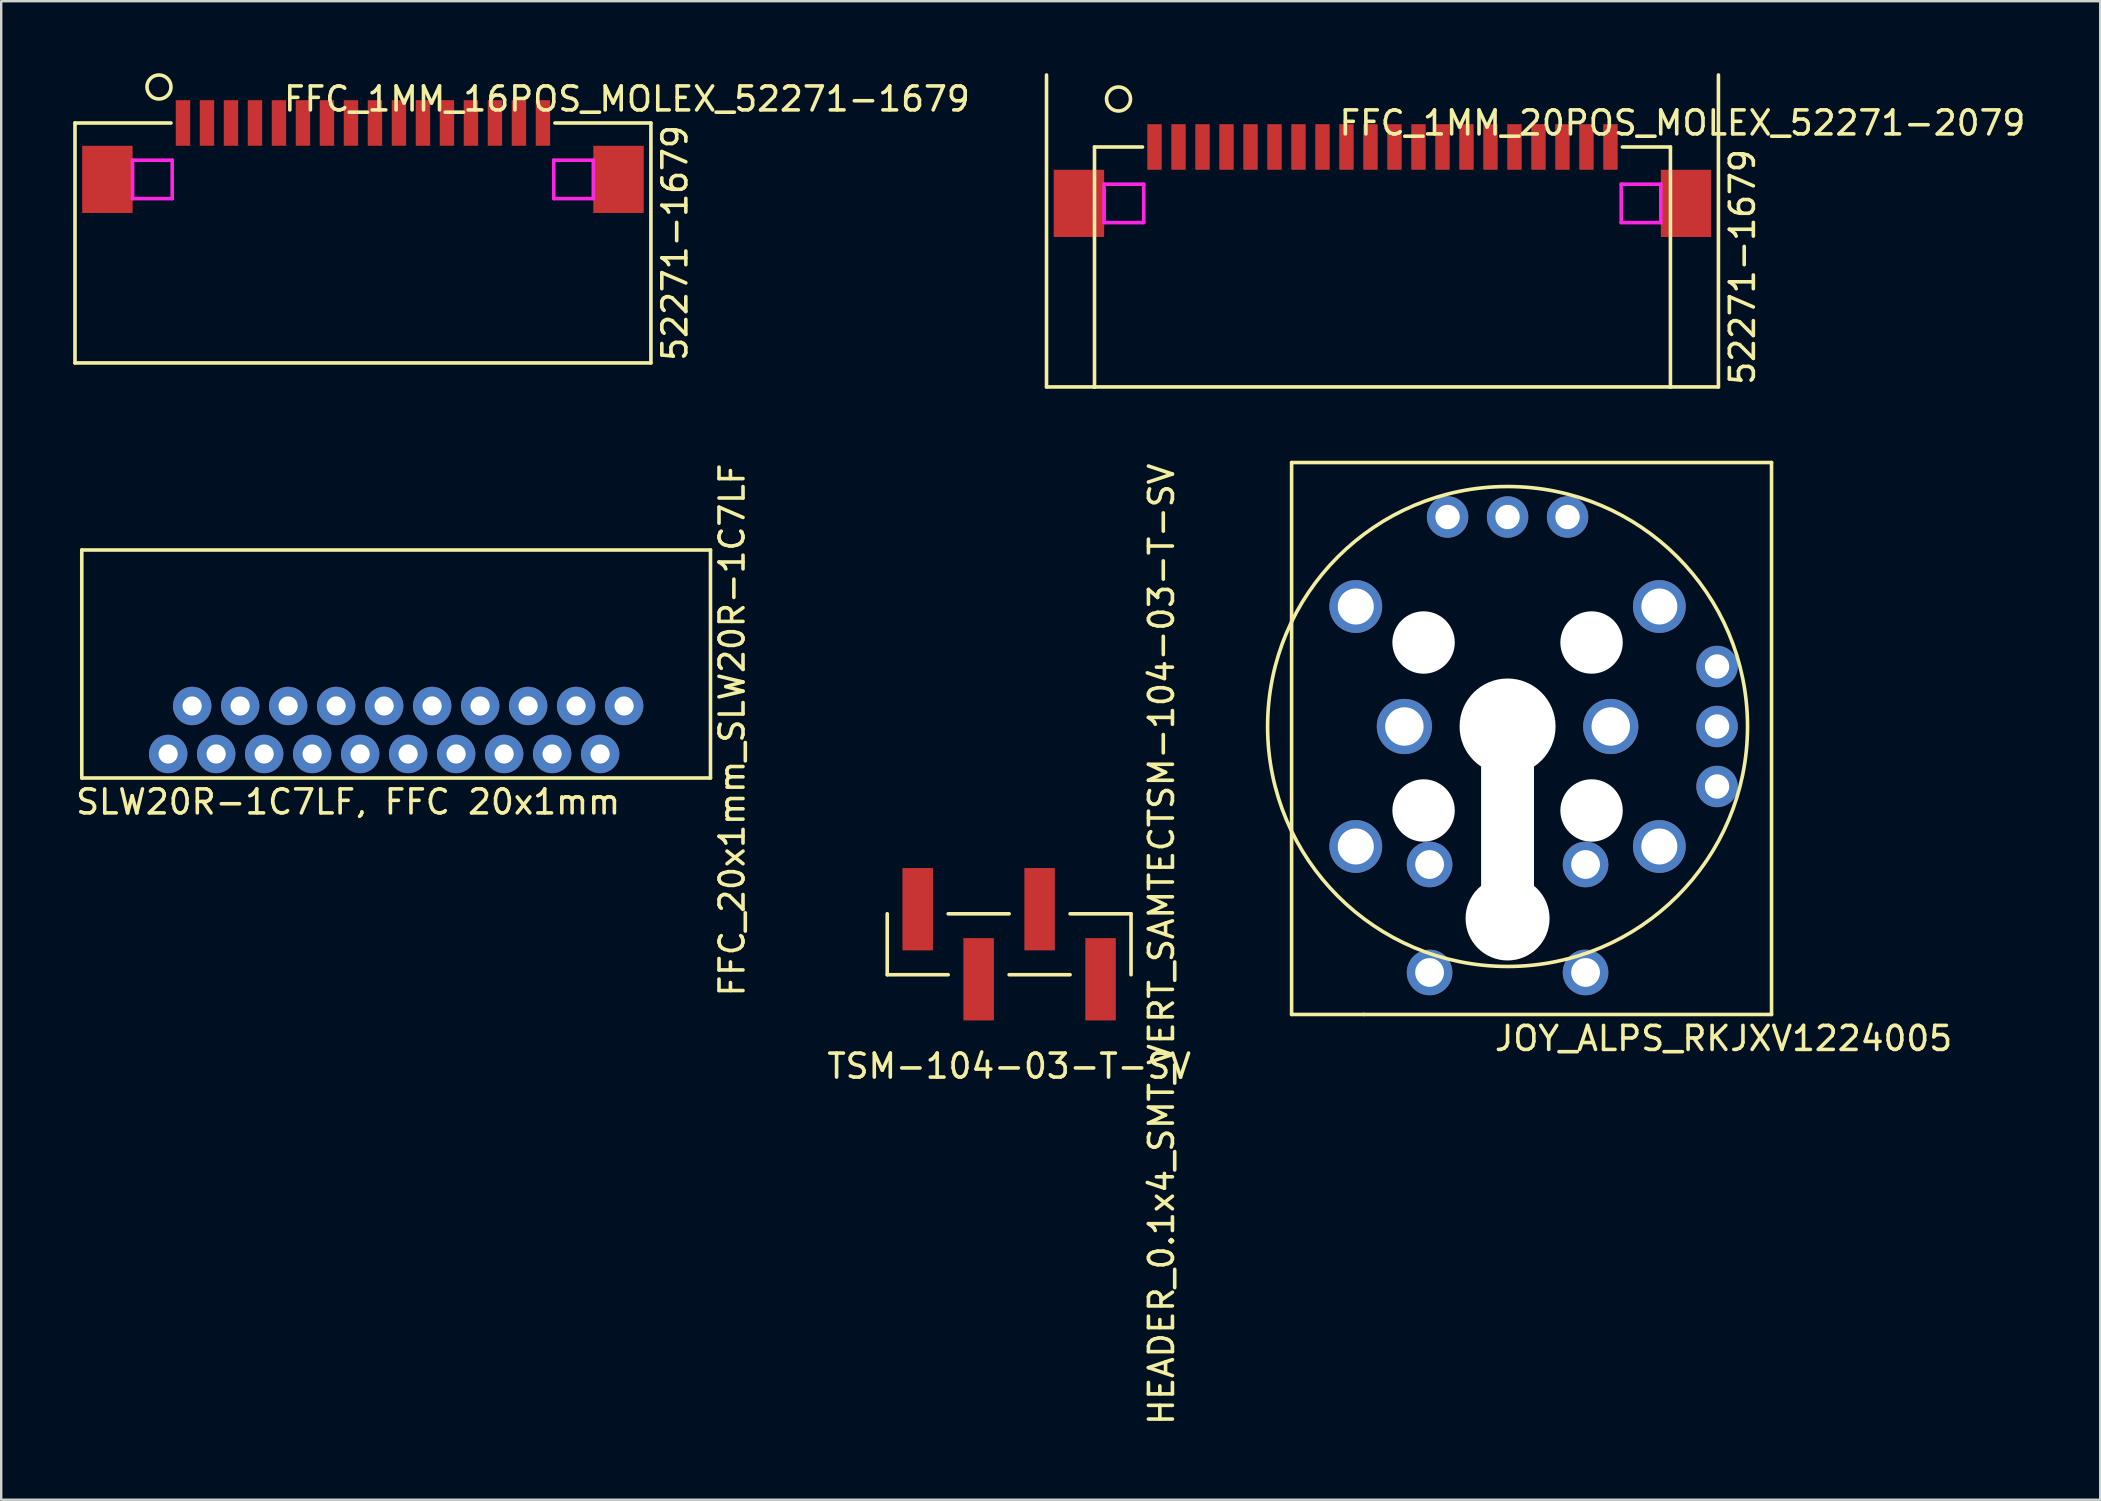
<source format=kicad_pcb>
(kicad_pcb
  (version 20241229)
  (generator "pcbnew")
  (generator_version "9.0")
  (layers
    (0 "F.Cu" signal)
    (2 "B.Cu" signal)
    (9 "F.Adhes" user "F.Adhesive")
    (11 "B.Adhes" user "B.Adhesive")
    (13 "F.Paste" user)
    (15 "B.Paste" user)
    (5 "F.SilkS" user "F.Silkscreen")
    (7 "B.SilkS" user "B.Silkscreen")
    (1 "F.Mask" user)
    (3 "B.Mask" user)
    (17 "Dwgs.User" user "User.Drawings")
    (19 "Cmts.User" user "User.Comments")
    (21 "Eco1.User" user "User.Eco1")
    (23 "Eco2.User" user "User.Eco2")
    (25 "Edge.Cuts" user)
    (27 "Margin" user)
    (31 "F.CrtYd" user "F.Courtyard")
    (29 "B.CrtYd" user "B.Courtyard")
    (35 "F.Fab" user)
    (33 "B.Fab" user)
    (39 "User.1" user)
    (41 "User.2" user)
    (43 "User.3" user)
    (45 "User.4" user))
  (footprint "JOY_ALPS_RKJXV1224005"
    (layer "F.Cu")
    (at 59.774 27.225)
    (property "Reference" "JOY_ALPS_RKJXV1224005" (at 9 13 0) (layer "F.SilkS") (effects (font (size 1 1) (thickness 0.15))))
    (attr through_hole)
    (fp_line (start -9 -11) (end -9 12) (stroke (width 0.15) (type solid)) (layer "F.SilkS"))
    (fp_line (start -9 12) (end -6 12) (stroke (width 0.15) (type solid)) (layer "F.SilkS"))
    (fp_line (start -6 12) (end 11 12) (stroke (width 0.15) (type solid)) (layer "F.SilkS"))
    (fp_line (start 11 -11) (end -9 -11) (stroke (width 0.15) (type solid)) (layer "F.SilkS"))
    (fp_line (start 11 12) (end 11 -11) (stroke (width 0.15) (type solid)) (layer "F.SilkS"))
    (fp_circle (center 0 0) (end 10 0) (stroke (width 0.15) (type solid)) (fill no) (layer "F.SilkS"))
    (pad "" thru_hole circle (at -6.325 -5) (size 2.2 2.2) (drill 1.5) (layers "*.Cu" "*.Mask"))
    (pad "" thru_hole circle (at -6.325 5) (size 2.2 2.2) (drill 1.5) (layers "*.Cu" "*.Mask"))
    (pad "" thru_hole circle (at -4.3 0) (size 2.3 2.3) (drill 1.6) (layers "*.Cu" "*.Mask"))
    (pad "" np_thru_hole circle (at -3.5 -3.5) (size 2.6 2.6) (drill 2.6) (layers "*.Cu" "*.Mask"))
    (pad "" np_thru_hole circle (at -3.5 3.5) (size 2.6 2.6) (drill 2.6) (layers "*.Cu" "*.Mask"))
    (pad "" np_thru_hole circle (at 0 0) (size 4 4) (drill 4) (layers "*.Cu" "*.Mask"))
    (pad "" np_thru_hole rect (at 0 4) (size 2.2 8) (drill oval 2.2 8) (layers "*.Cu" "*.Mask"))
    (pad "" np_thru_hole circle (at 0 8) (size 3.5 3.5) (drill 3.5) (layers "*.Cu" "*.Mask"))
    (pad "" np_thru_hole circle (at 3.5 -3.5) (size 2.6 2.6) (drill 2.6) (layers "*.Cu" "*.Mask"))
    (pad "" np_thru_hole circle (at 3.5 3.5) (size 2.6 2.6) (drill 2.6) (layers "*.Cu" "*.Mask"))
    (pad "" thru_hole circle (at 4.3 0) (size 2.3 2.3) (drill 1.6) (layers "*.Cu" "*.Mask"))
    (pad "" thru_hole circle (at 6.325 -5) (size 2.2 2.2) (drill 1.5) (layers "*.Cu" "*.Mask"))
    (pad "" thru_hole circle (at 6.325 5) (size 2.2 2.2) (drill 1.5) (layers "*.Cu" "*.Mask"))
    (pad "A" thru_hole circle (at -3.25 5.75) (size 1.9 1.9) (drill 1.2) (layers "*.Cu" "*.Mask"))
    (pad "B" thru_hole circle (at -3.25 10.25) (size 1.9 1.9) (drill 1.2) (layers "*.Cu" "*.Mask"))
    (pad "C" thru_hole circle (at 3.25 5.75) (size 1.9 1.9) (drill 1.2) (layers "*.Cu" "*.Mask"))
    (pad "D" thru_hole circle (at 3.25 10.25) (size 1.9 1.9) (drill 1.2) (layers "*.Cu" "*.Mask"))
    (pad "J0-1" thru_hole circle (at 2.5 -8.73) (size 1.727 1.727) (drill 1.016) (layers "*.Cu" "*.Mask"))
    (pad "J0-2" thru_hole circle (at 0 -8.73) (size 1.727 1.727) (drill 1.016) (layers "*.Cu" "*.Mask"))
    (pad "J0-3" thru_hole circle (at -2.5 -8.73) (size 1.727 1.727) (drill 1.016) (layers "*.Cu" "*.Mask"))
    (pad "J1-1" thru_hole circle (at 8.73 2.5) (size 1.727 1.727) (drill 1.016) (layers "*.Cu" "*.Mask"))
    (pad "J1-2" thru_hole circle (at 8.73 0) (size 1.727 1.727) (drill 1.016) (layers "*.Cu" "*.Mask"))
    (pad "J1-3" thru_hole circle (at 8.73 -2.5) (size 1.727 1.727) (drill 1.016) (layers "*.Cu" "*.Mask")))
  (footprint "HEADER_0.1x4_SMT_VERT_SAMTECTSM-104-03-T-SV"
    (layer "F.Cu")
    (at 39.003 36.299)
    (property "Reference" "HEADER_0.1x4_SMT_VERT_SAMTECTSM-104-03-T-SV" (at 6.35 0 90) (layer "F.SilkS") (effects (font (size 1 1) (thickness 0.15))))
    (attr through_hole)
    (fp_line (start -5.08 -1.27) (end -5.08 1.27) (stroke (width 0.15) (type solid)) (layer "F.SilkS"))
    (fp_line (start -2.54 -1.27) (end 0 -1.27) (stroke (width 0.15) (type solid)) (layer "F.SilkS"))
    (fp_line (start -2.54 1.27) (end -5.08 1.27) (stroke (width 0.15) (type solid)) (layer "F.SilkS"))
    (fp_line (start 2.54 -1.27) (end 5.08 -1.27) (stroke (width 0.15) (type solid)) (layer "F.SilkS"))
    (fp_line (start 2.54 1.27) (end 0 1.27) (stroke (width 0.15) (type solid)) (layer "F.SilkS"))
    (fp_line (start 5.08 -1.27) (end 5.08 1.27) (stroke (width 0.15) (type solid)) (layer "F.SilkS"))
    (fp_text user "TSM-104-03-T-SV" (at 0 5.08 0) (layer "F.SilkS") (effects (font (size 1 1) (thickness 0.15))))
    (pad "1" smd rect (at -3.81 -1.46) (size 1.27 3.43) (layers "F.Cu" "F.Mask" "F.Paste"))
    (pad "2" smd rect (at -1.27 1.46) (size 1.27 3.43) (layers "F.Cu" "F.Mask" "F.Paste"))
    (pad "3" smd rect (at 1.27 -1.46) (size 1.27 3.43) (layers "F.Cu" "F.Mask" "F.Paste"))
    (pad "4" smd rect (at 3.81 1.46) (size 1.27 3.43) (layers "F.Cu" "F.Mask" "F.Paste")))
  (footprint "FFC_1MM_20POS_MOLEX_52271-2079"
    (layer "F.Cu")
    (at 54.561 3.075)
    (property "Reference" "FFC_1MM_20POS_MOLEX_52271-2079" (at 12.5 -1 0) (layer "F.SilkS") (effects (font (size 1 1) (thickness 0.15))))
    (attr through_hole)
    (fp_line (start -14 -3) (end -14 10) (stroke (width 0.15) (type solid)) (layer "F.SilkS"))
    (fp_line (start -14 10) (end -12 10) (stroke (width 0.15) (type solid)) (layer "F.SilkS"))
    (fp_line (start -12 0) (end -12 10) (stroke (width 0.15) (type solid)) (layer "F.SilkS"))
    (fp_line (start -12 10) (end 12 10) (stroke (width 0.15) (type solid)) (layer "F.SilkS"))
    (fp_line (start -10 0) (end -12 0) (stroke (width 0.15) (type solid)) (layer "F.SilkS"))
    (fp_line (start 12 0) (end 10 0) (stroke (width 0.15) (type solid)) (layer "F.SilkS"))
    (fp_line (start 12 10) (end 12 0) (stroke (width 0.15) (type solid)) (layer "F.SilkS"))
    (fp_line (start 12 10) (end 14 10) (stroke (width 0.15) (type solid)) (layer "F.SilkS"))
    (fp_line (start 14 10) (end 14 -3) (stroke (width 0.15) (type solid)) (layer "F.SilkS"))
    (fp_circle (center -11 -2) (end -10.5 -2) (stroke (width 0.15) (type solid)) (fill no) (layer "F.SilkS"))
    (fp_line (start -11.6 1.55) (end -11.6 3.15) (stroke (width 0.15) (type solid)) (layer "F.CrtYd"))
    (fp_line (start -11.6 1.55) (end -9.95 1.55) (stroke (width 0.15) (type solid)) (layer "F.CrtYd"))
    (fp_line (start -11.6 3.15) (end -9.95 3.15) (stroke (width 0.15) (type solid)) (layer "F.CrtYd"))
    (fp_line (start -9.95 3.15) (end -9.95 1.55) (stroke (width 0.15) (type solid)) (layer "F.CrtYd"))
    (fp_line (start 9.95 1.55) (end 9.95 3.15) (stroke (width 0.15) (type solid)) (layer "F.CrtYd"))
    (fp_line (start 9.95 1.55) (end 11.6 1.55) (stroke (width 0.15) (type solid)) (layer "F.CrtYd"))
    (fp_line (start 9.95 3.15) (end 11.6 3.15) (stroke (width 0.15) (type solid)) (layer "F.CrtYd"))
    (fp_line (start 11.6 3.15) (end 11.6 1.55) (stroke (width 0.15) (type solid)) (layer "F.CrtYd"))
    (fp_text user "52271-1679" (at 15 5 90) (layer "F.SilkS") (effects (font (size 1 1) (thickness 0.15))))
    (pad "" smd rect (at -12.65 2.35) (size 2.1 2.8) (layers "F.Cu" "F.Mask" "F.Paste"))
    (pad "" smd rect (at 12.65 2.35) (size 2.1 2.8) (layers "F.Cu" "F.Mask" "F.Paste"))
    (pad "1" smd rect (at -9.5 0) (size 0.6 1.9) (layers "F.Cu" "F.Mask" "F.Paste"))
    (pad "2" smd rect (at -8.5 0) (size 0.6 1.9) (layers "F.Cu" "F.Mask" "F.Paste"))
    (pad "3" smd rect (at -7.5 0) (size 0.6 1.9) (layers "F.Cu" "F.Mask" "F.Paste"))
    (pad "4" smd rect (at -6.5 0) (size 0.6 1.9) (layers "F.Cu" "F.Mask" "F.Paste"))
    (pad "5" smd rect (at -5.5 0) (size 0.6 1.9) (layers "F.Cu" "F.Mask" "F.Paste"))
    (pad "6" smd rect (at -4.5 0) (size 0.6 1.9) (layers "F.Cu" "F.Mask" "F.Paste"))
    (pad "7" smd rect (at -3.5 0) (size 0.6 1.9) (layers "F.Cu" "F.Mask" "F.Paste"))
    (pad "8" smd rect (at -2.5 0) (size 0.6 1.9) (layers "F.Cu" "F.Mask" "F.Paste"))
    (pad "9" smd rect (at -1.5 0) (size 0.6 1.9) (layers "F.Cu" "F.Mask" "F.Paste"))
    (pad "10" smd rect (at -0.5 0) (size 0.6 1.9) (layers "F.Cu" "F.Mask" "F.Paste"))
    (pad "11" smd rect (at 0.5 0) (size 0.6 1.9) (layers "F.Cu" "F.Mask" "F.Paste"))
    (pad "12" smd rect (at 1.5 0) (size 0.6 1.9) (layers "F.Cu" "F.Mask" "F.Paste"))
    (pad "13" smd rect (at 2.5 0) (size 0.6 1.9) (layers "F.Cu" "F.Mask" "F.Paste"))
    (pad "14" smd rect (at 3.5 0) (size 0.6 1.9) (layers "F.Cu" "F.Mask" "F.Paste"))
    (pad "15" smd rect (at 4.5 0) (size 0.6 1.9) (layers "F.Cu" "F.Mask" "F.Paste"))
    (pad "16" smd rect (at 5.5 0) (size 0.6 1.9) (layers "F.Cu" "F.Mask" "F.Paste"))
    (pad "17" smd rect (at 6.5 0) (size 0.6 1.9) (layers "F.Cu" "F.Mask" "F.Paste"))
    (pad "18" smd rect (at 7.5 0) (size 0.6 1.9) (layers "F.Cu" "F.Mask" "F.Paste"))
    (pad "19" smd rect (at 8.5 0) (size 0.6 1.9) (layers "F.Cu" "F.Mask" "F.Paste"))
    (pad "20" smd rect (at 9.5 0) (size 0.6 1.9) (layers "F.Cu" "F.Mask" "F.Paste")))
  (footprint "FFC_20x1mm_SLW20R-1C7LF"
    (layer "F.Cu")
    (at 13.458 28.37)
    (property "Reference" "FFC_20x1mm_SLW20R-1C7LF" (at 14 -1 90) (layer "F.SilkS") (effects (font (size 1 1) (thickness 0.15))))
    (attr through_hole)
    (fp_line (start -13.1 -8.5) (end -13.1 1) (stroke (width 0.15) (type solid)) (layer "F.SilkS"))
    (fp_line (start -13.1 -8.5) (end 13.1 -8.5) (stroke (width 0.15) (type solid)) (layer "F.SilkS"))
    (fp_line (start -13.1 1) (end 13.1 1) (stroke (width 0.15) (type solid)) (layer "F.SilkS"))
    (fp_line (start 13.1 -8.5) (end 13.1 1) (stroke (width 0.15) (type solid)) (layer "F.SilkS"))
    (fp_text user "SLW20R-1C7LF, FFC 20x1mm" (at -2 2 0) (layer "F.SilkS") (effects (font (size 1 1) (thickness 0.15))))
    (pad "1" thru_hole circle (at 9.5 -2) (size 1.6 1.6) (drill 0.8) (layers "*.Cu" "*.Mask"))
    (pad "2" thru_hole circle (at 8.5 0) (size 1.6 1.6) (drill 0.8) (layers "*.Cu" "*.Mask"))
    (pad "3" thru_hole circle (at 7.5 -2) (size 1.6 1.6) (drill 0.8) (layers "*.Cu" "*.Mask"))
    (pad "4" thru_hole circle (at 6.5 0) (size 1.6 1.6) (drill 0.8) (layers "*.Cu" "*.Mask"))
    (pad "5" thru_hole circle (at 5.5 -2) (size 1.6 1.6) (drill 0.8) (layers "*.Cu" "*.Mask"))
    (pad "6" thru_hole circle (at 4.5 0) (size 1.6 1.6) (drill 0.8) (layers "*.Cu" "*.Mask"))
    (pad "7" thru_hole circle (at 3.5 -2) (size 1.6 1.6) (drill 0.8) (layers "*.Cu" "*.Mask"))
    (pad "8" thru_hole circle (at 2.5 0) (size 1.6 1.6) (drill 0.8) (layers "*.Cu" "*.Mask"))
    (pad "9" thru_hole circle (at 1.5 -2) (size 1.6 1.6) (drill 0.8) (layers "*.Cu" "*.Mask"))
    (pad "10" thru_hole circle (at 0.5 0) (size 1.6 1.6) (drill 0.8) (layers "*.Cu" "*.Mask"))
    (pad "11" thru_hole circle (at -0.5 -2) (size 1.6 1.6) (drill 0.8) (layers "*.Cu" "*.Mask"))
    (pad "12" thru_hole circle (at -1.5 0) (size 1.6 1.6) (drill 0.8) (layers "*.Cu" "*.Mask"))
    (pad "13" thru_hole circle (at -2.5 -2) (size 1.6 1.6) (drill 0.8) (layers "*.Cu" "*.Mask"))
    (pad "14" thru_hole circle (at -3.5 0) (size 1.6 1.6) (drill 0.8) (layers "*.Cu" "*.Mask"))
    (pad "15" thru_hole circle (at -4.5 -2) (size 1.6 1.6) (drill 0.8) (layers "*.Cu" "*.Mask"))
    (pad "16" thru_hole circle (at -5.5 0) (size 1.6 1.6) (drill 0.8) (layers "*.Cu" "*.Mask"))
    (pad "17" thru_hole circle (at -6.5 -2) (size 1.6 1.6) (drill 0.8) (layers "*.Cu" "*.Mask"))
    (pad "18" thru_hole circle (at -7.5 0) (size 1.6 1.6) (drill 0.8) (layers "*.Cu" "*.Mask"))
    (pad "19" thru_hole circle (at -8.5 -2) (size 1.6 1.6) (drill 0.8) (layers "*.Cu" "*.Mask"))
    (pad "20" thru_hole circle (at -9.5 0) (size 1.6 1.6) (drill 0.8) (layers "*.Cu" "*.Mask")))
  (footprint "FFC_1MM_16POS_MOLEX_52271-1679"
    (layer "F.Cu")
    (at 12.075 2.075)
    (property "Reference" "FFC_1MM_16POS_MOLEX_52271-1679" (at 11 -1 0) (layer "F.SilkS") (effects (font (size 1 1) (thickness 0.15))))
    (attr through_hole)
    (fp_line (start -12 0) (end -12 10) (stroke (width 0.15) (type solid)) (layer "F.SilkS"))
    (fp_line (start -12 10) (end 12 10) (stroke (width 0.15) (type solid)) (layer "F.SilkS"))
    (fp_line (start -8 0) (end -12 0) (stroke (width 0.15) (type solid)) (layer "F.SilkS"))
    (fp_line (start 12 0) (end 8 0) (stroke (width 0.15) (type solid)) (layer "F.SilkS"))
    (fp_line (start 12 10) (end 12 0) (stroke (width 0.15) (type solid)) (layer "F.SilkS"))
    (fp_circle (center -8.5 -1.5) (end -8 -1.5) (stroke (width 0.15) (type solid)) (fill no) (layer "F.SilkS"))
    (fp_line (start -9.6 1.55) (end -9.6 3.15) (stroke (width 0.15) (type solid)) (layer "F.CrtYd"))
    (fp_line (start -9.6 1.55) (end -7.95 1.55) (stroke (width 0.15) (type solid)) (layer "F.CrtYd"))
    (fp_line (start -9.6 3.15) (end -7.95 3.15) (stroke (width 0.15) (type solid)) (layer "F.CrtYd"))
    (fp_line (start -7.95 3.15) (end -7.95 1.55) (stroke (width 0.15) (type solid)) (layer "F.CrtYd"))
    (fp_line (start 7.95 1.55) (end 7.95 3.15) (stroke (width 0.15) (type solid)) (layer "F.CrtYd"))
    (fp_line (start 7.95 1.55) (end 9.6 1.55) (stroke (width 0.15) (type solid)) (layer "F.CrtYd"))
    (fp_line (start 7.95 3.15) (end 9.6 3.15) (stroke (width 0.15) (type solid)) (layer "F.CrtYd"))
    (fp_line (start 9.6 3.15) (end 9.6 1.55) (stroke (width 0.15) (type solid)) (layer "F.CrtYd"))
    (fp_text user "52271-1679" (at 13 5 90) (layer "F.SilkS") (effects (font (size 1 1) (thickness 0.15))))
    (pad "" smd rect (at -10.65 2.35) (size 2.1 2.8) (layers "F.Cu" "F.Mask" "F.Paste"))
    (pad "" smd rect (at 10.65 2.35) (size 2.1 2.8) (layers "F.Cu" "F.Mask" "F.Paste"))
    (pad "1" smd rect (at -7.5 0) (size 0.6 1.9) (layers "F.Cu" "F.Mask" "F.Paste"))
    (pad "2" smd rect (at -6.5 0) (size 0.6 1.9) (layers "F.Cu" "F.Mask" "F.Paste"))
    (pad "3" smd rect (at -5.5 0) (size 0.6 1.9) (layers "F.Cu" "F.Mask" "F.Paste"))
    (pad "4" smd rect (at -4.5 0) (size 0.6 1.9) (layers "F.Cu" "F.Mask" "F.Paste"))
    (pad "5" smd rect (at -3.5 0) (size 0.6 1.9) (layers "F.Cu" "F.Mask" "F.Paste"))
    (pad "6" smd rect (at -2.5 0) (size 0.6 1.9) (layers "F.Cu" "F.Mask" "F.Paste"))
    (pad "7" smd rect (at -1.5 0) (size 0.6 1.9) (layers "F.Cu" "F.Mask" "F.Paste"))
    (pad "8" smd rect (at -0.5 0) (size 0.6 1.9) (layers "F.Cu" "F.Mask" "F.Paste"))
    (pad "9" smd rect (at 0.5 0) (size 0.6 1.9) (layers "F.Cu" "F.Mask" "F.Paste"))
    (pad "10" smd rect (at 1.5 0) (size 0.6 1.9) (layers "F.Cu" "F.Mask" "F.Paste"))
    (pad "11" smd rect (at 2.5 0) (size 0.6 1.9) (layers "F.Cu" "F.Mask" "F.Paste"))
    (pad "12" smd rect (at 3.5 0) (size 0.6 1.9) (layers "F.Cu" "F.Mask" "F.Paste"))
    (pad "13" smd rect (at 4.5 0) (size 0.6 1.9) (layers "F.Cu" "F.Mask" "F.Paste"))
    (pad "14" smd rect (at 5.5 0) (size 0.6 1.9) (layers "F.Cu" "F.Mask" "F.Paste"))
    (pad "15" smd rect (at 6.5 0) (size 0.6 1.9) (layers "F.Cu" "F.Mask" "F.Paste"))
    (pad "16" smd rect (at 7.5 0) (size 0.6 1.9) (layers "F.Cu" "F.Mask" "F.Paste")))
  (gr_rect
    (start -3 -3)
    (end 84.471 59.448)
    (stroke (width 0.1) (type default))
    (fill no)
    (layer "Edge.Cuts")))
</source>
